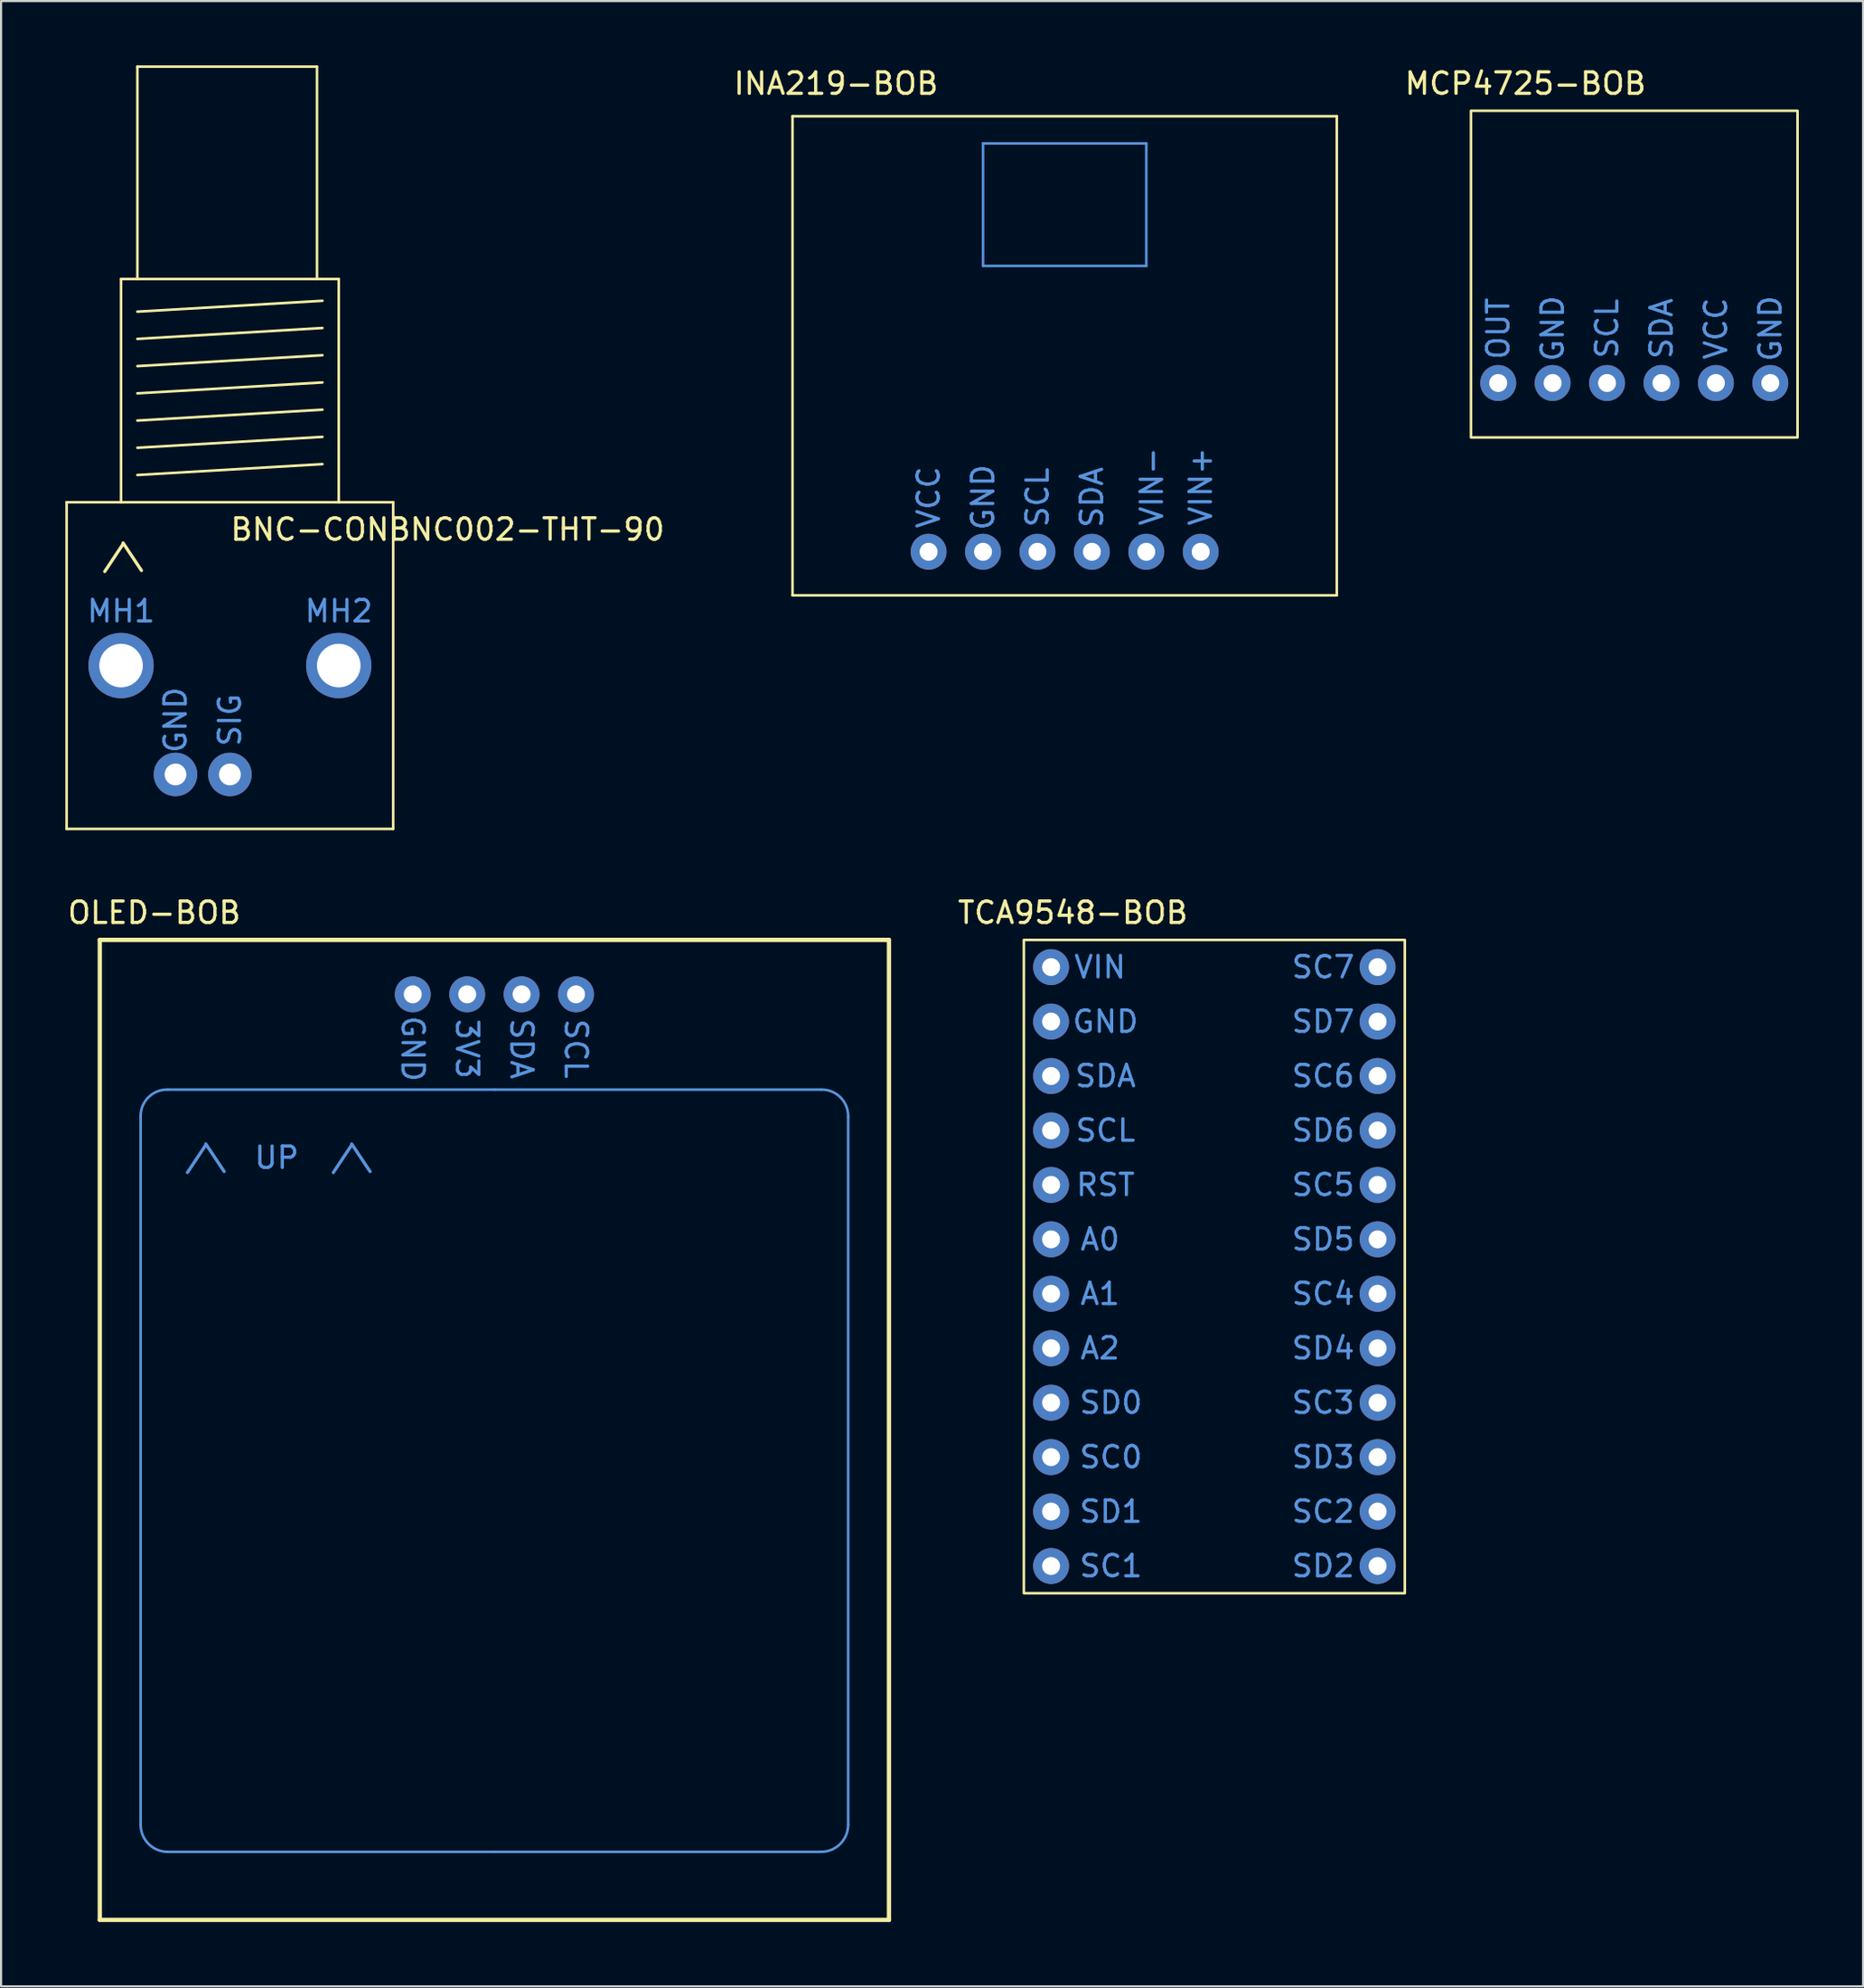
<source format=kicad_pcb>
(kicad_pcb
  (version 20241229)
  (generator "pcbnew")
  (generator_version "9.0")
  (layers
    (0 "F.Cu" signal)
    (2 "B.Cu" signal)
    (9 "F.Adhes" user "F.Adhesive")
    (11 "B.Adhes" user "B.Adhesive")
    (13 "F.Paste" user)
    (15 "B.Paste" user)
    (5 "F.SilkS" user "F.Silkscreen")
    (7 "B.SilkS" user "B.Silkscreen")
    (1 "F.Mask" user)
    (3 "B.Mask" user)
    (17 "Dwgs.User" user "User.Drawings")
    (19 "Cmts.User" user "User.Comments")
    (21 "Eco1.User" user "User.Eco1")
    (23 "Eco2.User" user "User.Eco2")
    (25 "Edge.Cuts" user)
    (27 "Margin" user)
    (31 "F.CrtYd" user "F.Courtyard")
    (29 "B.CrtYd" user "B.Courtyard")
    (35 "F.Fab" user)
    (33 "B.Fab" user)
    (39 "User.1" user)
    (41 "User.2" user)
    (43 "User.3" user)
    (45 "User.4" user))
  (footprint "TCA9548-BOB"
    (layer "F.Cu")
    (at 53.625 56.038)
    (property "Reference" "TCA9548-BOB" (at -6.604 -16.51 0) (unlocked yes) (layer "F.SilkS") (effects (font (size 1 1) (thickness 0.15))))
    (attr through_hole)
    (fp_rect (start -8.89 -15.24) (end 8.89 15.24) (stroke (width 0.12) (type solid)) (fill no) (layer "F.SilkS"))
    (fp_text user "SD0" (at -4.826 6.35 0) (unlocked yes) (layer "Cmts.User") (effects (font (size 1 1) (thickness 0.15))))
    (fp_text user "SC7" (at 5.08 -13.97 0) (unlocked yes) (layer "Cmts.User") (effects (font (size 1 1) (thickness 0.15))))
    (fp_text user "SCL" (at -5.08 -6.35 0) (unlocked yes) (layer "Cmts.User") (effects (font (size 1 1) (thickness 0.15))))
    (fp_text user "SD7" (at 5.08 -11.43 0) (unlocked yes) (layer "Cmts.User") (effects (font (size 1 1) (thickness 0.15))))
    (fp_text user "SC0" (at -4.826 8.89 0) (unlocked yes) (layer "Cmts.User") (effects (font (size 1 1) (thickness 0.15))))
    (fp_text user "SD2" (at 5.08 13.97 0) (unlocked yes) (layer "Cmts.User") (effects (font (size 1 1) (thickness 0.15))))
    (fp_text user "GND" (at -5.08 -11.43 0) (unlocked yes) (layer "Cmts.User") (effects (font (size 1 1) (thickness 0.15))))
    (fp_text user "SC4" (at 5.08 1.27 0) (unlocked yes) (layer "Cmts.User") (effects (font (size 1 1) (thickness 0.15))))
    (fp_text user "SD4" (at 5.08 3.81 0) (unlocked yes) (layer "Cmts.User") (effects (font (size 1 1) (thickness 0.15))))
    (fp_text user "SC6" (at 5.08 -8.89 0) (unlocked yes) (layer "Cmts.User") (effects (font (size 1 1) (thickness 0.15))))
    (fp_text user "SD5" (at 5.08 -1.27 0) (unlocked yes) (layer "Cmts.User") (effects (font (size 1 1) (thickness 0.15))))
    (fp_text user "A0" (at -5.334 -1.27 0) (unlocked yes) (layer "Cmts.User") (effects (font (size 1 1) (thickness 0.15))))
    (fp_text user "SC1" (at -4.826 13.97 0) (unlocked yes) (layer "Cmts.User") (effects (font (size 1 1) (thickness 0.15))))
    (fp_text user "SC2" (at 5.08 11.43 0) (unlocked yes) (layer "Cmts.User") (effects (font (size 1 1) (thickness 0.15))))
    (fp_text user "A2" (at -5.334 3.81 0) (unlocked yes) (layer "Cmts.User") (effects (font (size 1 1) (thickness 0.15))))
    (fp_text user "RST" (at -5.08 -3.81 0) (unlocked yes) (layer "Cmts.User") (effects (font (size 1 1) (thickness 0.15))))
    (fp_text user "SC5" (at 5.08 -3.81 0) (unlocked yes) (layer "Cmts.User") (effects (font (size 1 1) (thickness 0.15))))
    (fp_text user "SDA" (at -5.08 -8.89 0) (unlocked yes) (layer "Cmts.User") (effects (font (size 1 1) (thickness 0.15))))
    (fp_text user "SD1" (at -4.826 11.43 0) (unlocked yes) (layer "Cmts.User") (effects (font (size 1 1) (thickness 0.15))))
    (fp_text user "SD3" (at 5.08 8.89 0) (unlocked yes) (layer "Cmts.User") (effects (font (size 1 1) (thickness 0.15))))
    (fp_text user "A1" (at -5.334 1.27 0) (unlocked yes) (layer "Cmts.User") (effects (font (size 1 1) (thickness 0.15))))
    (fp_text user "VIN" (at -5.334 -13.97 0) (unlocked yes) (layer "Cmts.User") (effects (font (size 1 1) (thickness 0.15))))
    (fp_text user "SD6" (at 5.08 -6.35 0) (unlocked yes) (layer "Cmts.User") (effects (font (size 1 1) (thickness 0.15))))
    (fp_text user "SC3" (at 5.08 6.35 0) (unlocked yes) (layer "Cmts.User") (effects (font (size 1 1) (thickness 0.15))))
    (pad "1" thru_hole circle (at -7.62 -13.97) (size 1.676 1.676) (drill 0.838) (layers "*.Cu" "*.Mask"))
    (pad "2" thru_hole circle (at -7.62 -11.43) (size 1.676 1.676) (drill 0.838) (layers "*.Cu" "*.Mask"))
    (pad "3" thru_hole circle (at -7.62 -8.89) (size 1.676 1.676) (drill 0.838) (layers "*.Cu" "*.Mask"))
    (pad "4" thru_hole circle (at -7.62 -6.35) (size 1.676 1.676) (drill 0.838) (layers "*.Cu" "*.Mask"))
    (pad "5" thru_hole circle (at -7.62 -3.81) (size 1.676 1.676) (drill 0.838) (layers "*.Cu" "*.Mask"))
    (pad "6" thru_hole circle (at -7.62 -1.27) (size 1.676 1.676) (drill 0.838) (layers "*.Cu" "*.Mask"))
    (pad "7" thru_hole circle (at -7.62 1.27) (size 1.676 1.676) (drill 0.838) (layers "*.Cu" "*.Mask"))
    (pad "8" thru_hole circle (at -7.62 3.81) (size 1.676 1.676) (drill 0.838) (layers "*.Cu" "*.Mask"))
    (pad "9" thru_hole circle (at -7.62 6.35) (size 1.676 1.676) (drill 0.838) (layers "*.Cu" "*.Mask"))
    (pad "10" thru_hole circle (at -7.62 8.89) (size 1.676 1.676) (drill 0.838) (layers "*.Cu" "*.Mask"))
    (pad "11" thru_hole circle (at -7.62 11.43) (size 1.676 1.676) (drill 0.838) (layers "*.Cu" "*.Mask"))
    (pad "12" thru_hole circle (at -7.62 13.97) (size 1.676 1.676) (drill 0.838) (layers "*.Cu" "*.Mask"))
    (pad "13" thru_hole circle (at 7.62 13.97) (size 1.676 1.676) (drill 0.838) (layers "*.Cu" "*.Mask"))
    (pad "14" thru_hole circle (at 7.62 11.43) (size 1.676 1.676) (drill 0.838) (layers "*.Cu" "*.Mask"))
    (pad "15" thru_hole circle (at 7.62 8.89) (size 1.676 1.676) (drill 0.838) (layers "*.Cu" "*.Mask"))
    (pad "16" thru_hole circle (at 7.62 6.35) (size 1.676 1.676) (drill 0.838) (layers "*.Cu" "*.Mask"))
    (pad "17" thru_hole circle (at 7.62 3.81) (size 1.676 1.676) (drill 0.838) (layers "*.Cu" "*.Mask"))
    (pad "18" thru_hole circle (at 7.62 1.27) (size 1.676 1.676) (drill 0.838) (layers "*.Cu" "*.Mask"))
    (pad "19" thru_hole circle (at 7.62 -1.27) (size 1.676 1.676) (drill 0.838) (layers "*.Cu" "*.Mask"))
    (pad "20" thru_hole circle (at 7.62 -3.81) (size 1.676 1.676) (drill 0.838) (layers "*.Cu" "*.Mask"))
    (pad "21" thru_hole circle (at 7.62 -6.35) (size 1.676 1.676) (drill 0.838) (layers "*.Cu" "*.Mask"))
    (pad "22" thru_hole circle (at 7.62 -8.89) (size 1.676 1.676) (drill 0.838) (layers "*.Cu" "*.Mask"))
    (pad "23" thru_hole circle (at 7.62 -11.43) (size 1.676 1.676) (drill 0.838) (layers "*.Cu" "*.Mask"))
    (pad "24" thru_hole circle (at 7.62 -13.97) (size 1.676 1.676) (drill 0.838) (layers "*.Cu" "*.Mask")))
  (footprint "MCP4725-BOB"
    (layer "F.Cu")
    (at 73.223 14.818)
    (property "Reference" "MCP4725-BOB" (at -5.08 -13.97 0) (unlocked yes) (layer "F.SilkS") (effects (font (size 1 1) (thickness 0.15))))
    (attr through_hole)
    (fp_rect (start -7.62 2.54) (end 7.62 -12.7) (stroke (width 0.12) (type solid)) (fill no) (layer "F.SilkS"))
    (fp_text user "SCL" (at -1.27 -2.54 90) (unlocked yes) (layer "Cmts.User") (effects (font (size 1 1) (thickness 0.15))))
    (fp_text user "SDA" (at 1.27 -2.54 90) (unlocked yes) (layer "Cmts.User") (effects (font (size 1 1) (thickness 0.15))))
    (fp_text user "VCC" (at 3.81 -2.54 90) (unlocked yes) (layer "Cmts.User") (effects (font (size 1 1) (thickness 0.15))))
    (fp_text user "GND" (at -3.81 -2.54 90) (unlocked yes) (layer "Cmts.User") (effects (font (size 1 1) (thickness 0.15))))
    (fp_text user "GND" (at 6.35 -2.54 90) (unlocked yes) (layer "Cmts.User") (effects (font (size 1 1) (thickness 0.15))))
    (fp_text user "OUT" (at -6.35 -2.54 90) (unlocked yes) (layer "Cmts.User") (effects (font (size 1 1) (thickness 0.15))))
    (pad "1" thru_hole circle (at -6.35 0) (size 1.676 1.676) (drill 0.838) (layers "*.Cu" "*.Mask"))
    (pad "2" thru_hole circle (at -3.81 0) (size 1.676 1.676) (drill 0.838) (layers "*.Cu" "*.Mask"))
    (pad "3" thru_hole circle (at -1.27 0) (size 1.676 1.676) (drill 0.838) (layers "*.Cu" "*.Mask"))
    (pad "4" thru_hole circle (at 1.27 0) (size 1.676 1.676) (drill 0.838) (layers "*.Cu" "*.Mask"))
    (pad "5" thru_hole circle (at 3.81 0) (size 1.676 1.676) (drill 0.838) (layers "*.Cu" "*.Mask"))
    (pad "6" thru_hole circle (at 6.35 0) (size 1.676 1.676) (drill 0.838) (layers "*.Cu" "*.Mask")))
  (footprint "BNC-CONBNC002-THT-90"
    (layer "F.Cu")
    (at 7.68 28)
    (property "Reference" "BNC-CONBNC002-THT-90" (at 10.16 -6.35 0) (unlocked yes) (layer "F.SilkS") (effects (font (size 1 1) (thickness 0.15))))
    (attr through_hole)
    (fp_line (start -7.62 -7.62) (end 7.62 -7.62) (stroke (width 0.12) (type solid)) (layer "F.SilkS"))
    (fp_line (start -7.62 7.62) (end -7.62 -7.62) (stroke (width 0.12) (type solid)) (layer "F.SilkS"))
    (fp_line (start -5.08 -18.034) (end -5.08 -7.62) (stroke (width 0.12) (type solid)) (layer "F.SilkS"))
    (fp_line (start -5.08 -18.034) (end 5.08 -18.034) (stroke (width 0.12) (type solid)) (layer "F.SilkS"))
    (fp_line (start -4.318 -27.94) (end -4.318 -18.034) (stroke (width 0.12) (type solid)) (layer "F.SilkS"))
    (fp_line (start -4.318 -27.94) (end 4.064 -27.94) (stroke (width 0.12) (type solid)) (layer "F.SilkS"))
    (fp_line (start -4.318 -16.51) (end 4.318 -17.018) (stroke (width 0.12) (type solid)) (layer "F.SilkS"))
    (fp_line (start -4.318 -15.24) (end 4.318 -15.748) (stroke (width 0.12) (type solid)) (layer "F.SilkS"))
    (fp_line (start -4.318 -13.97) (end 4.318 -14.478) (stroke (width 0.12) (type solid)) (layer "F.SilkS"))
    (fp_line (start -4.318 -12.7) (end 4.318 -13.208) (stroke (width 0.12) (type solid)) (layer "F.SilkS"))
    (fp_line (start -4.318 -11.43) (end 4.318 -11.938) (stroke (width 0.12) (type solid)) (layer "F.SilkS"))
    (fp_line (start -4.318 -10.16) (end 4.318 -10.668) (stroke (width 0.12) (type solid)) (layer "F.SilkS"))
    (fp_line (start -4.318 -8.89) (end 4.318 -9.398) (stroke (width 0.12) (type solid)) (layer "F.SilkS"))
    (fp_line (start 4.064 -27.94) (end 4.064 -18.034) (stroke (width 0.12) (type solid)) (layer "F.SilkS"))
    (fp_line (start 5.08 -18.034) (end 5.08 -7.62) (stroke (width 0.12) (type solid)) (layer "F.SilkS"))
    (fp_line (start 7.62 7.62) (end -7.62 7.62) (stroke (width 0.12) (type solid)) (layer "F.SilkS"))
    (fp_line (start 7.62 7.62) (end 7.62 -7.62) (stroke (width 0.12) (type solid)) (layer "F.SilkS"))
    (fp_text user "/\\" (at -5.08 -5.08 0) (unlocked yes) (layer "F.SilkS") (effects (font (size 1 1) (thickness 0.15))))
    (fp_text user "MH2" (at 5.08 -2.54 0) (unlocked yes) (layer "Cmts.User") (effects (font (size 1 1) (thickness 0.15))))
    (fp_text user "SIG" (at 0 2.54 90) (unlocked yes) (layer "Cmts.User") (effects (font (size 1 1) (thickness 0.15))))
    (fp_text user "GND" (at -2.54 2.54 90) (unlocked yes) (layer "Cmts.User") (effects (font (size 1 1) (thickness 0.15))))
    (fp_text user "MH1" (at -5.08 -2.54 0) (unlocked yes) (layer "Cmts.User") (effects (font (size 1 1) (thickness 0.15))))
    (pad "1" thru_hole circle (at 0 5.08) (size 2.032 2.032) (drill 1.016) (layers "*.Cu" "*.Mask"))
    (pad "2" thru_hole circle (at -2.54 5.08) (size 2.032 2.032) (drill 1.016) (layers "*.Cu" "*.Mask"))
    (pad "3" thru_hole circle (at -5.08 0) (size 3.048 3.048) (drill 2.032) (layers "*.Cu" "*.Mask"))
    (pad "4" thru_hole circle (at 5.08 0) (size 3.048 3.048) (drill 2.032) (layers "*.Cu" "*.Mask")))
  (footprint "OLED-BOB"
    (layer "F.Cu")
    (at 20.024 62.388)
    (property "Reference" "OLED-BOB" (at -15.875 -22.86 0) (unlocked yes) (layer "F.SilkS") (effects (font (size 1 1) (thickness 0.15))))
    (attr through_hole)
    (fp_line (start -18.415 -21.59) (end -18.415 24.13) (stroke (width 0.2) (type solid)) (layer "F.SilkS"))
    (fp_line (start -18.415 24.13) (end 18.415 24.13) (stroke (width 0.2) (type solid)) (layer "F.SilkS"))
    (fp_line (start 18.415 -21.59) (end -18.415 -21.59) (stroke (width 0.2) (type solid)) (layer "F.SilkS"))
    (fp_line (start 18.415 24.13) (end 18.415 -21.59) (stroke (width 0.2) (type solid)) (layer "F.SilkS"))
    (fp_line (start -16.51 -13.335) (end -16.51 19.685) (stroke (width 0.12) (type solid)) (layer "Cmts.User"))
    (fp_line (start -15.24 20.955) (end 0 20.955) (stroke (width 0.12) (type solid)) (layer "Cmts.User"))
    (fp_line (start 0 -14.605) (end -15.24 -14.605) (stroke (width 0.12) (type solid)) (layer "Cmts.User"))
    (fp_line (start 0 -14.605) (end 15.24 -14.605) (stroke (width 0.12) (type solid)) (layer "Cmts.User"))
    (fp_line (start 15.24 20.955) (end 0 20.955) (stroke (width 0.12) (type solid)) (layer "Cmts.User"))
    (fp_line (start 16.51 -13.335) (end 16.51 19.685) (stroke (width 0.12) (type solid)) (layer "Cmts.User"))
    (fp_arc (start -16.51 -13.335) (mid -16.149913 -14.244913) (end -15.24 -14.605) (stroke (width 0.12) (type solid)) (layer "Cmts.User"))
    (fp_arc (start -15.24 20.955) (mid -16.140268 20.585268) (end -16.51 19.685) (stroke (width 0.12) (type solid)) (layer "Cmts.User"))
    (fp_arc (start 15.24 -14.605) (mid 16.149914 -14.244914) (end 16.51 -13.335) (stroke (width 0.12) (type solid)) (layer "Cmts.User"))
    (fp_arc (start 16.51 19.685) (mid 16.140268 20.585268) (end 15.24 20.955) (stroke (width 0.12) (type solid)) (layer "Cmts.User"))
    (fp_text user "SDA" (at 1.27 -16.51 270) (unlocked yes) (layer "Cmts.User") (effects (font (size 1 1) (thickness 0.15))))
    (fp_text user "SCL" (at 3.81 -16.51 270) (unlocked yes) (layer "Cmts.User") (effects (font (size 1 1) (thickness 0.15))))
    (fp_text user "/\\  UP  /\\" (at -10.16 -11.43 0) (unlocked yes) (layer "Cmts.User") (effects (font (size 1 1) (thickness 0.15))))
    (fp_text user "3V3" (at -1.27 -16.51 270) (unlocked yes) (layer "Cmts.User") (effects (font (size 1 1) (thickness 0.15))))
    (fp_text user "GND" (at -3.81 -16.51 270) (unlocked yes) (layer "Cmts.User") (effects (font (size 1 1) (thickness 0.15))))
    (pad "1" thru_hole circle (at -3.81 -19.05 180) (size 1.676 1.676) (drill 0.838) (layers "*.Cu" "*.Mask"))
    (pad "2" thru_hole circle (at -1.27 -19.05 180) (size 1.676 1.676) (drill 0.838) (layers "*.Cu" "*.Mask"))
    (pad "3" thru_hole circle (at 1.27 -19.05 180) (size 1.676 1.676) (drill 0.838) (layers "*.Cu" "*.Mask"))
    (pad "4" thru_hole circle (at 3.81 -19.05 180) (size 1.676 1.676) (drill 0.838) (layers "*.Cu" "*.Mask")))
  (footprint "INA219-BOB"
    (layer "F.Cu")
    (at 46.639 13.802)
    (property "Reference" "INA219-BOB" (at -10.668 -12.954 0) (unlocked yes) (layer "F.SilkS") (effects (font (size 1 1) (thickness 0.15))))
    (attr through_hole)
    (fp_line (start -12.7 -11.43) (end 12.7 -11.43) (stroke (width 0.12) (type solid)) (layer "F.SilkS"))
    (fp_line (start -12.7 10.922) (end -12.7 -11.43) (stroke (width 0.12) (type solid)) (layer "F.SilkS"))
    (fp_line (start 12.7 -11.43) (end 12.7 10.922) (stroke (width 0.12) (type solid)) (layer "F.SilkS"))
    (fp_line (start 12.7 10.922) (end -12.7 10.922) (stroke (width 0.12) (type solid)) (layer "F.SilkS"))
    (fp_line (start -3.81 -10.16) (end 3.81 -10.16) (stroke (width 0.12) (type solid)) (layer "Cmts.User"))
    (fp_line (start -3.81 -4.445) (end -3.81 -10.16) (stroke (width 0.12) (type solid)) (layer "Cmts.User"))
    (fp_line (start 3.81 -10.16) (end 3.81 -4.445) (stroke (width 0.12) (type solid)) (layer "Cmts.User"))
    (fp_line (start 3.81 -4.445) (end -3.81 -4.445) (stroke (width 0.12) (type solid)) (layer "Cmts.User"))
    (fp_text user "VIN+" (at 6.35 5.842 90) (unlocked yes) (layer "Cmts.User") (effects (font (size 1 1) (thickness 0.15))))
    (fp_text user "VCC" (at -6.35 6.35 90) (unlocked yes) (layer "Cmts.User") (effects (font (size 1 1) (thickness 0.15))))
    (fp_text user "VIN-" (at 4.064 5.842 90) (unlocked yes) (layer "Cmts.User") (effects (font (size 1 1) (thickness 0.15))))
    (fp_text user "SDA" (at 1.27 6.35 90) (unlocked yes) (layer "Cmts.User") (effects (font (size 1 1) (thickness 0.15))))
    (fp_text user "GND" (at -3.81 6.35 90) (unlocked yes) (layer "Cmts.User") (effects (font (size 1 1) (thickness 0.15))))
    (fp_text user "SCL" (at -1.27 6.35 90) (unlocked yes) (layer "Cmts.User") (effects (font (size 1 1) (thickness 0.15))))
    (pad "1" thru_hole circle (at -6.35 8.89) (size 1.676 1.676) (drill 0.838) (layers "*.Cu" "*.Mask"))
    (pad "2" thru_hole circle (at -3.81 8.89) (size 1.676 1.676) (drill 0.838) (layers "*.Cu" "*.Mask"))
    (pad "3" thru_hole circle (at -1.27 8.89) (size 1.676 1.676) (drill 0.838) (layers "*.Cu" "*.Mask"))
    (pad "4" thru_hole circle (at 1.27 8.89) (size 1.676 1.676) (drill 0.838) (layers "*.Cu" "*.Mask"))
    (pad "5" thru_hole circle (at 3.81 8.89) (size 1.676 1.676) (drill 0.838) (layers "*.Cu" "*.Mask"))
    (pad "6" thru_hole circle (at 6.35 8.89) (size 1.676 1.676) (drill 0.838) (layers "*.Cu" "*.Mask")))
  (gr_rect
    (start -3 -3)
    (end 83.903 89.618)
    (stroke (width 0.1) (type default))
    (fill no)
    (layer "Edge.Cuts")))
</source>
